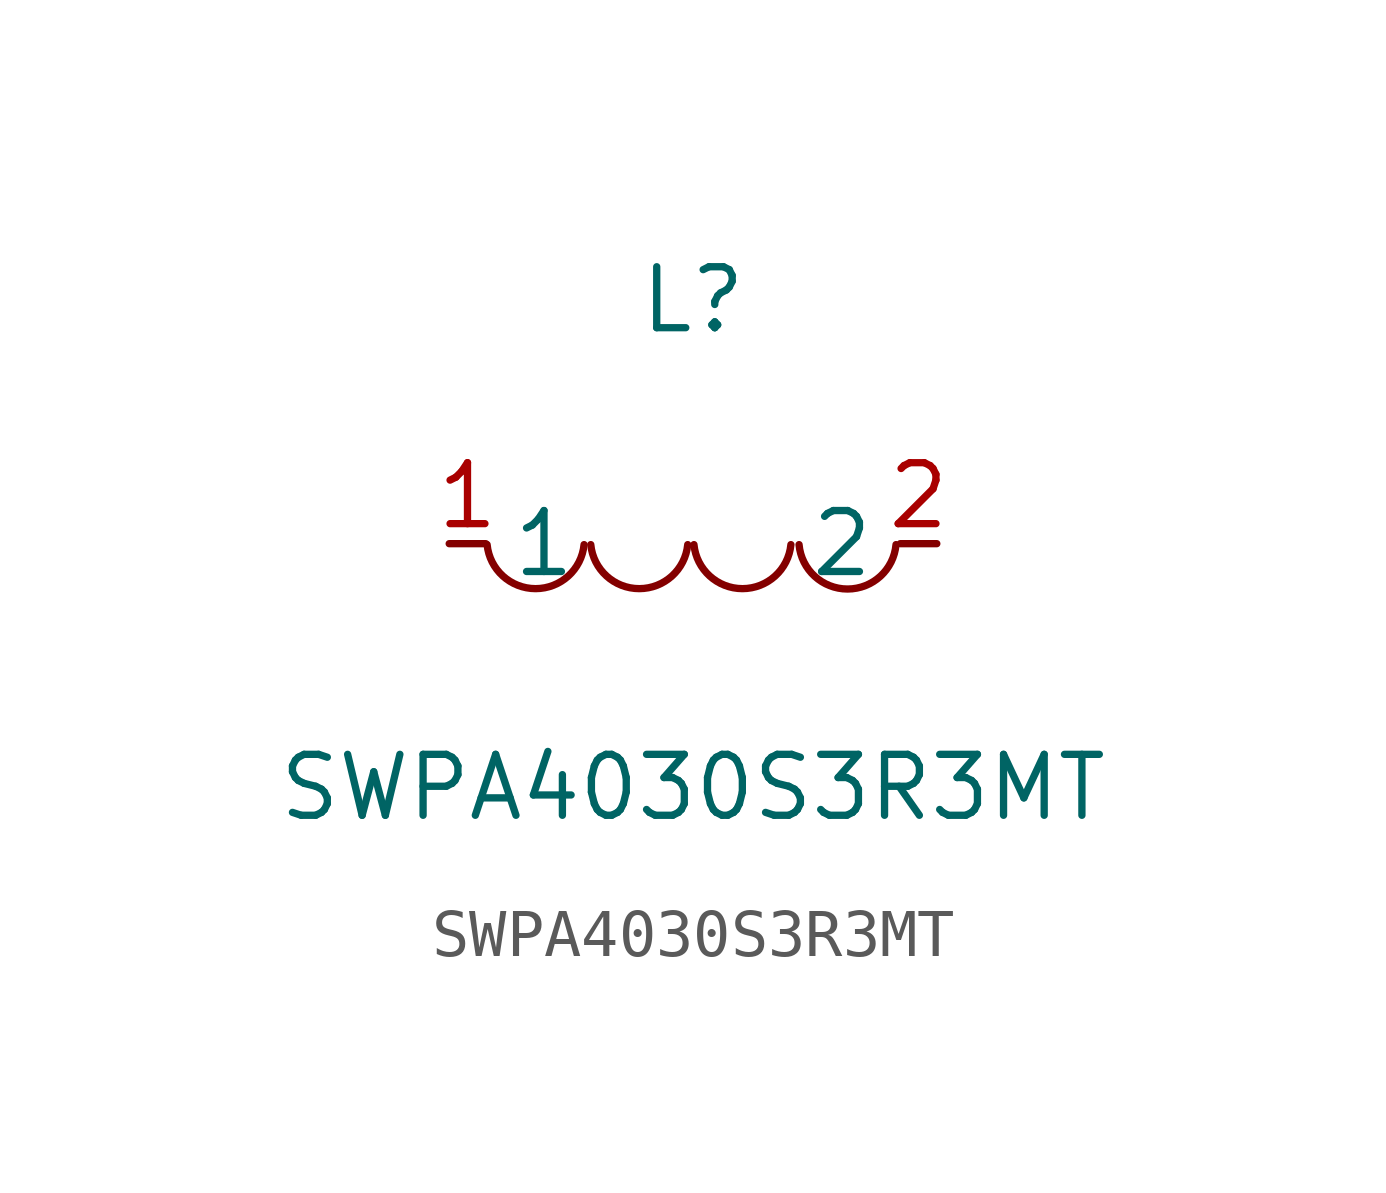
<source format=kicad_sym>
(kicad_symbol_lib
  (version 20211014)
  (generator https://github.com/uPesy/easyeda2kicad.py)
  (symbol "SWPA4030S3R3MT"
    (property "Reference" "L"
      (at 0 5.08 0)
      (effects (font (size 1.27 1.27))))
    (property "Value" "SWPA4030S3R3MT"
      (at 0 -5.08 0)
      (effects (font (size 1.27 1.27))))
    (symbol "SWPA4030S3R3MT_0_1"
      (arc (start -4.29 -0.02) (mid -2.52 -0.79) (end -2.27 -0.02) (stroke (width 0) (type default) (color 0 0 0 0)) (fill (type none)))
      (arc (start -2.13 -0.02) (mid -0.36 -0.79) (end -0.11 -0.02) (stroke (width 0) (type default) (color 0 0 0 0)) (fill (type none)))
      (arc (start 0.02 -0.02) (mid 1.79 -0.79) (end 2.04 -0.02) (stroke (width 0) (type default) (color 0 0 0 0)) (fill (type none)))
      (arc (start 2.21 -0.02) (mid 3.30 -1.12) (end 4.23 -0.02) (stroke (width 0) (type default) (color 0 0 0 0)) (fill (type none)))
      (pin unspecified line (at 5.08 -0.00 180) (length 0.762) (name "2" (effects (font (size 1.27 1.27)))) (number "2" (effects (font (size 1.27 1.27)))))
      (pin unspecified line (at -5.08 -0.00 0) (length 0.762) (name "1" (effects (font (size 1.27 1.27)))) (number "1" (effects (font (size 1.27 1.27))))))))
</source>
